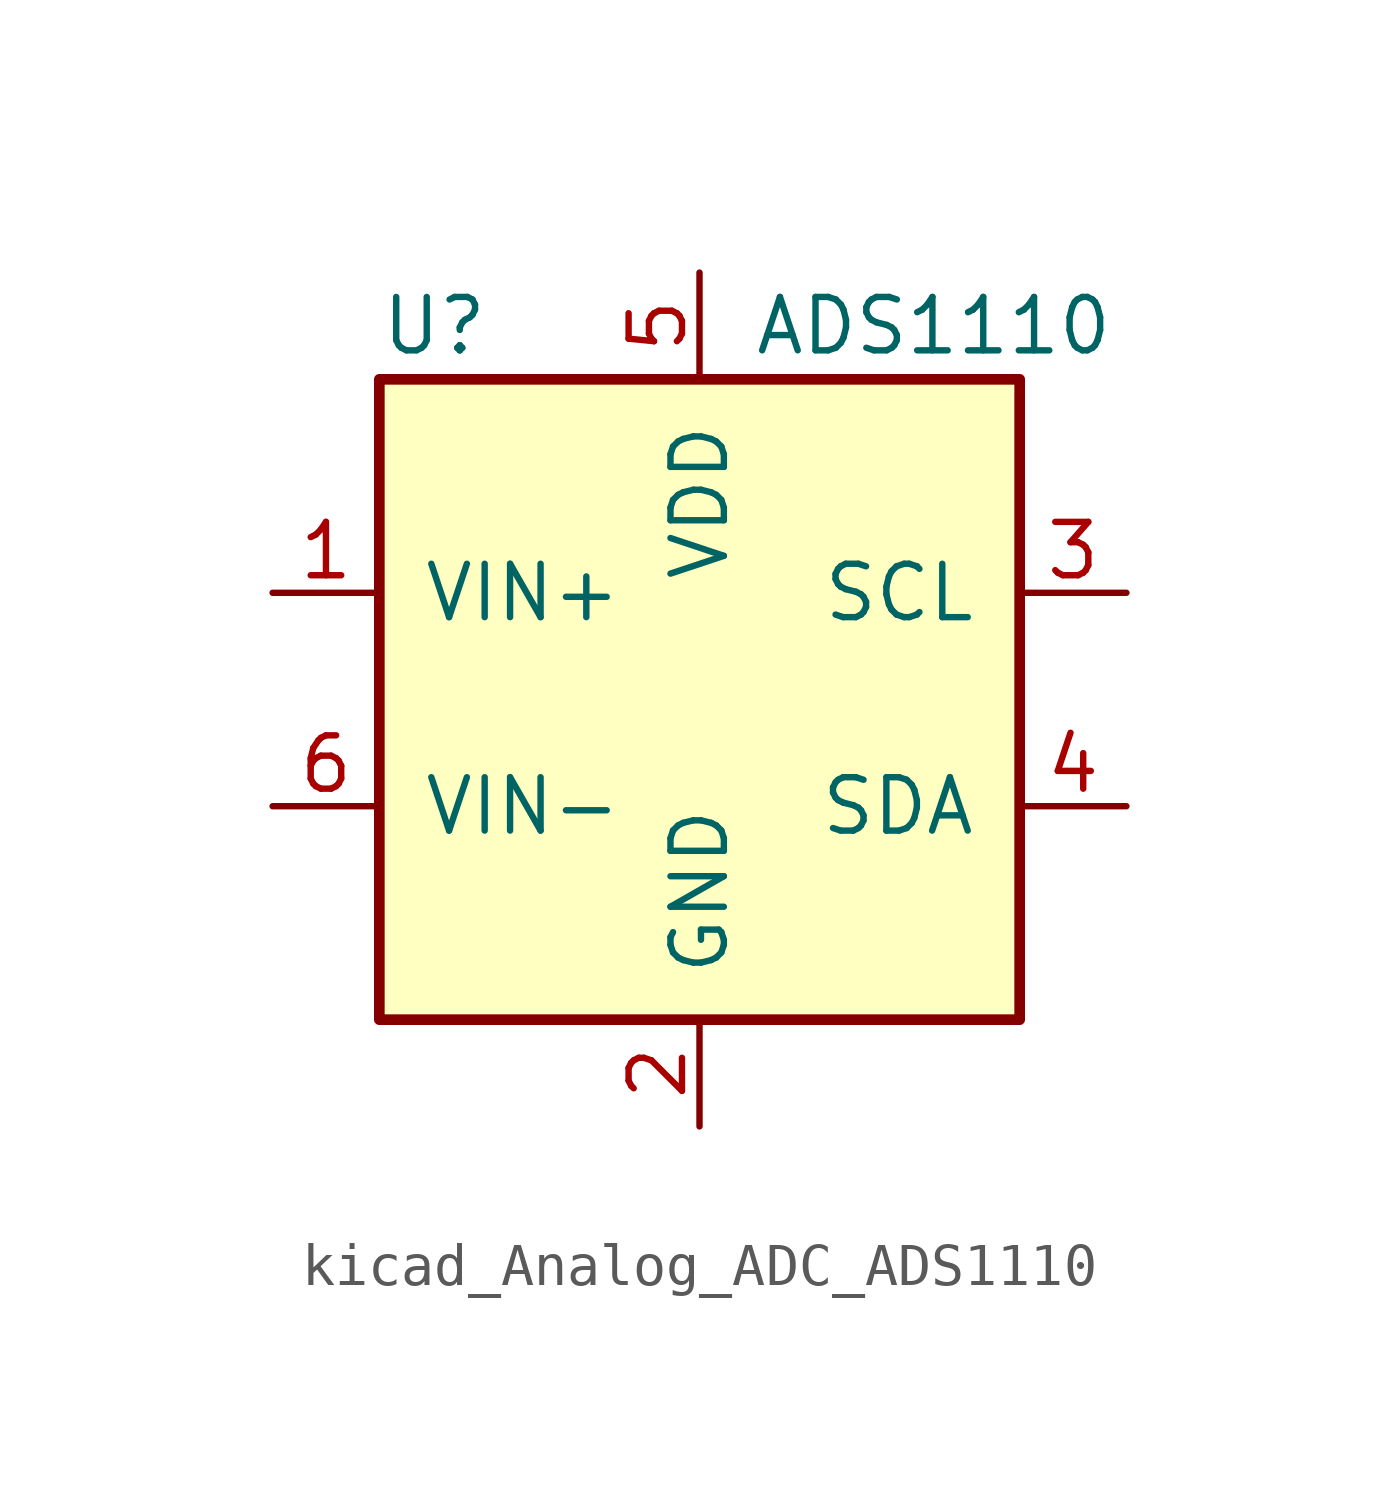
<source format=kicad_sym>
(kicad_symbol_lib
  (version 20220914)
  (generator kicad_symbol_editor)
  (symbol "kicad_Analog_ADC_ADS1110"
    (pin_names
      (offset 1.016))
    (property "Reference" "U"
      (at -7.62 8.89 0)
      (effects (font (size 1.27 1.27)) (justify left)))
    (property "Value" "ADS1110"
      (at 1.27 8.89 0)
      (effects (font (size 1.27 1.27)) (justify left)))
    (symbol "kicad_Analog_ADC_ADS1110_0_1"
      (rectangle (start -7.62 7.62) (end 7.62 -7.62) (stroke (width 0.254) (type default)) (fill (type background))))
    (symbol "kicad_Analog_ADC_ADS1110_1_1"
      (pin input line (at -10.16 2.54 0) (length 2.54) (name "VIN+" (effects (font (size 1.27 1.27)))) (number "1" (effects (font (size 1.27 1.27)))))
      (pin power_in line (at 0 -10.16 90) (length 2.54) (name "GND" (effects (font (size 1.27 1.27)))) (number "2" (effects (font (size 1.27 1.27)))))
      (pin input line (at 10.16 2.54 180) (length 2.54) (name "SCL" (effects (font (size 1.27 1.27)))) (number "3" (effects (font (size 1.27 1.27)))))
      (pin bidirectional line (at 10.16 -2.54 180) (length 2.54) (name "SDA" (effects (font (size 1.27 1.27)))) (number "4" (effects (font (size 1.27 1.27)))))
      (pin power_in line (at 0 10.16 270) (length 2.54) (name "VDD" (effects (font (size 1.27 1.27)))) (number "5" (effects (font (size 1.27 1.27)))))
      (pin input line (at -10.16 -2.54 0) (length 2.54) (name "VIN-" (effects (font (size 1.27 1.27)))) (number "6" (effects (font (size 1.27 1.27))))))))
</source>
